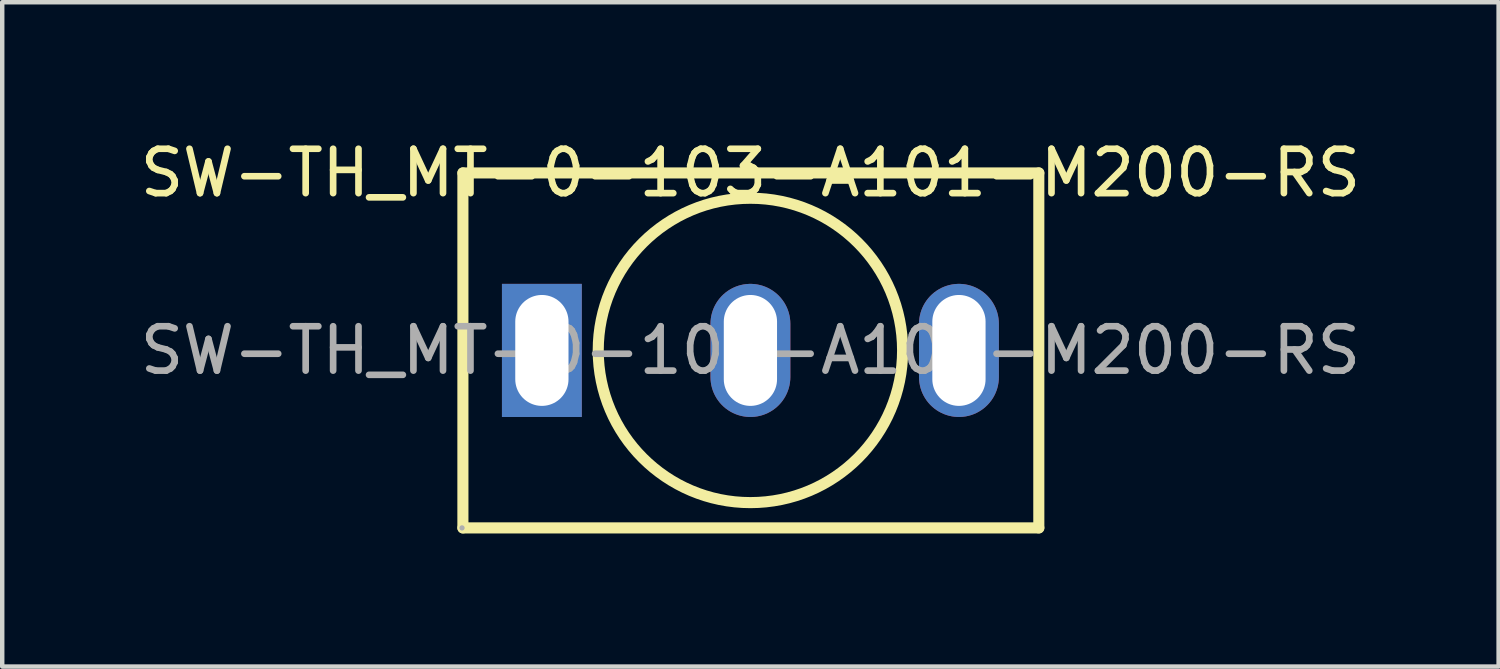
<source format=kicad_pcb>
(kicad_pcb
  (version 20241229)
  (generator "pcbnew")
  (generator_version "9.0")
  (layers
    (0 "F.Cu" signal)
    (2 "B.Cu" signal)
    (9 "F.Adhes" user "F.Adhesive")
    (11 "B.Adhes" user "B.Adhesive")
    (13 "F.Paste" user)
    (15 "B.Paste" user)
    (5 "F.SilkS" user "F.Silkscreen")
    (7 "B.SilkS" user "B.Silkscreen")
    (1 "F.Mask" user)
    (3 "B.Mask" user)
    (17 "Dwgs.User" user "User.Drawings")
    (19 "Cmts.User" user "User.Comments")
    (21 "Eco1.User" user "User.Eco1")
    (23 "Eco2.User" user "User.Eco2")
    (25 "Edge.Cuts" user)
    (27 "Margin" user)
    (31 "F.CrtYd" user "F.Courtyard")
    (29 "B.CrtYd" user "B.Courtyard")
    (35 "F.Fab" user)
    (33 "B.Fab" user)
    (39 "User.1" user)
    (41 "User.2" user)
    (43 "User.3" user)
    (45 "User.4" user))
  (footprint "SW-TH_MT-0-103-A101-M200-RS"
    (layer "F.Cu")
    (at 13.863 4.848)
    (property "Reference" "SW-TH_MT-0-103-A101-M200-RS" (at 0 -4 0) (layer "F.SilkS") (effects (font (size 1 1) (thickness 0.15))))
    (attr through_hole)
    (fp_line (start -6.48 4) (end -6.48 -4) (stroke (width 0.25) (type solid)) (layer "F.SilkS"))
    (fp_line (start 6.5 -4) (end -6.48 -4) (stroke (width 0.25) (type solid)) (layer "F.SilkS"))
    (fp_line (start 6.5 -4) (end 6.5 4) (stroke (width 0.25) (type solid)) (layer "F.SilkS"))
    (fp_line (start 6.5 4) (end -6.48 4) (stroke (width 0.25) (type solid)) (layer "F.SilkS"))
    (fp_circle (center 0 0) (end 3.43 0) (stroke (width 0.25) (type solid)) (fill no) (layer "F.SilkS"))
    (fp_circle (center -6.5 4) (end -6.47 4) (stroke (width 0.06) (type solid)) (fill no) (layer "F.Fab"))
    (fp_text user "${REFERENCE}" (at 0 0 0) (layer "F.Fab") (effects (font (size 1 1) (thickness 0.15))))
    (pad "1" thru_hole rect (at -4.7 0) (size 1.8 3) (drill oval 1.2 2.5) (layers "*.Cu" "*.Mask"))
    (pad "2" thru_hole oval (at 0 0) (size 1.8 3) (drill oval 1.2 2.5) (layers "*.Cu" "*.Mask"))
    (pad "3" thru_hole oval (at 4.7 0) (size 1.8 3) (drill oval 1.2 2.5) (layers "*.Cu" "*.Mask")))
  (gr_rect
    (start -3 -3)
    (end 30.726 11.973)
    (stroke (width 0.1) (type default))
    (fill no)
    (layer "Edge.Cuts")))
</source>
